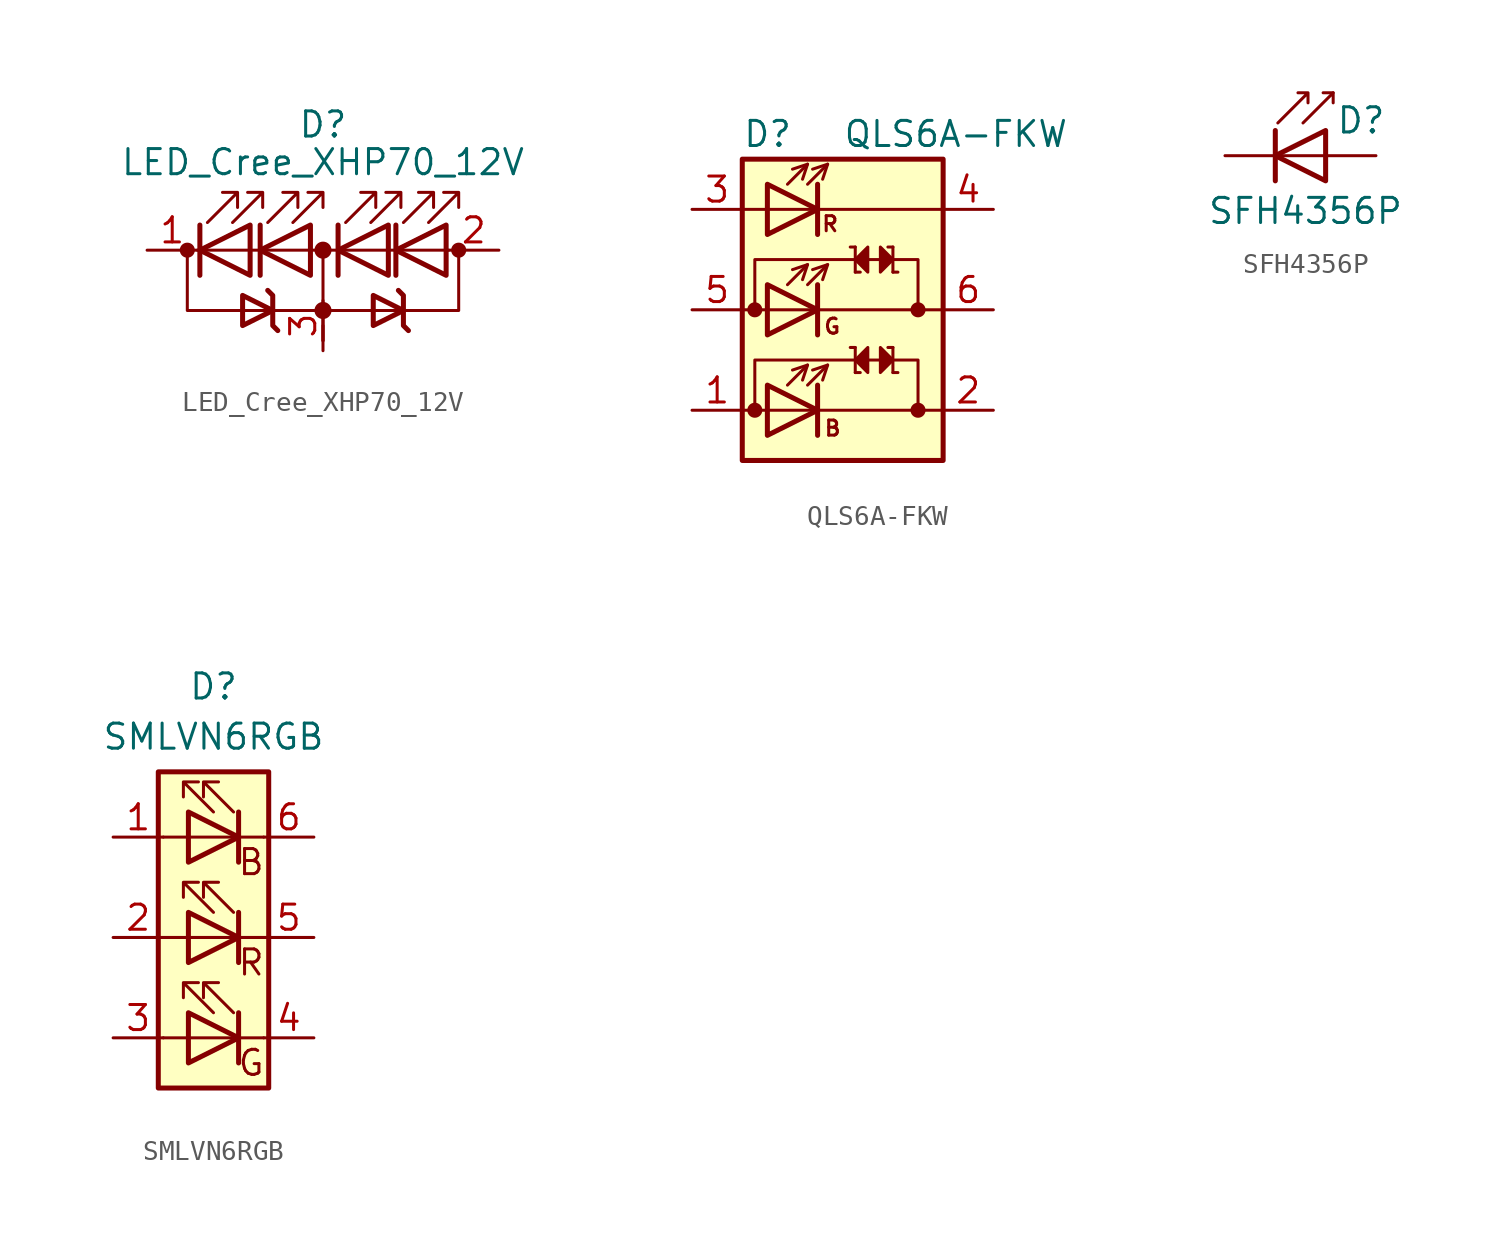
<source format=kicad_sym>
(kicad_symbol_lib
  (version 20201005)
  (generator kicad_symbol_editor)
  (symbol "LED_Cree_XHP70_12V"
    (pin_names
      (offset 1.016) hide)
    (property "Reference" "D"
      (at 0 6.35 0)
      (effects (font (size 1.27 1.27))))
    (property "Value" "LED_Cree_XHP70_12V"
      (at 0 4.445 0)
      (effects (font (size 1.27 1.27))))
    (symbol "LED_Cree_XHP70_12V_0_1"
      (circle (center -6.858 0) (radius 0.254) (stroke (width 0.254)) (fill (type outline)))
      (circle (center 0 -3.048) (radius 0.356) (stroke (width 0)) (fill (type outline)))
      (circle (center 0 0) (radius 0.356) (stroke (width 0)) (fill (type outline)))
      (circle (center 6.858 0) (radius 0.254) (stroke (width 0.254)) (fill (type outline)))
      (polyline (pts (xy -6.35 0) (xy 6.35 0)) (stroke (width 0)) (fill (type none)))
      (polyline (pts (xy -6.223 -1.27) (xy -6.223 1.27)) (stroke (width 0.254)) (fill (type none)))
      (polyline (pts (xy -3.175 -1.27) (xy -3.175 1.27)) (stroke (width 0.254)) (fill (type none)))
      (polyline (pts (xy 0 -3.81) (xy 0 -4.572)) (stroke (width 0)) (fill (type none)))
      (polyline (pts (xy 0 0) (xy 0 -4.572)) (stroke (width 0)) (fill (type none)))
      (polyline (pts (xy 0.762 -1.27) (xy 0.762 1.27)) (stroke (width 0.254)) (fill (type none)))
      (polyline (pts (xy 3.683 -1.27) (xy 3.683 1.27)) (stroke (width 0.254)) (fill (type none)))
      (polyline (pts (xy -6.858 0) (xy -6.858 -3.048) (xy 6.858 -3.048) (xy 6.858 0)) (stroke (width 0)) (fill (type none)))
      (polyline (pts (xy -3.683 -1.27) (xy -3.683 1.27) (xy -6.223 0) (xy -3.683 -1.27)) (stroke (width 0.254)) (fill (type none)))
      (polyline (pts (xy -2.286 -4.064) (xy -2.54 -3.81) (xy -2.54 -2.286) (xy -2.794 -2.032)) (stroke (width 0.254)) (fill (type none)))
      (polyline (pts (xy -0.635 -1.27) (xy -0.635 1.27) (xy -3.175 0) (xy -0.635 -1.27)) (stroke (width 0.254)) (fill (type none)))
      (polyline (pts (xy 3.302 -1.27) (xy 3.302 1.27) (xy 0.762 0) (xy 3.302 -1.27)) (stroke (width 0.254)) (fill (type none)))
      (polyline (pts (xy 4.318 -4.064) (xy 4.064 -3.81) (xy 4.064 -2.286) (xy 3.81 -2.032)) (stroke (width 0.254)) (fill (type none)))
      (polyline (pts (xy 6.223 -1.27) (xy 6.223 1.27) (xy 3.683 0) (xy 6.223 -1.27)) (stroke (width 0.254)) (fill (type none)))
      (polyline (pts (xy -5.842 1.397) (xy -4.318 2.921) (xy -5.08 2.921) (xy -4.318 2.921) (xy -4.318 2.159)) (stroke (width 0)) (fill (type none)))
      (polyline (pts (xy -4.572 1.397) (xy -3.048 2.921) (xy -3.81 2.921) (xy -3.048 2.921) (xy -3.048 2.159)) (stroke (width 0)) (fill (type none)))
      (polyline (pts (xy -4.064 -3.81) (xy -4.064 -2.286) (xy -2.54 -3.048) (xy -4.064 -3.81) (xy -4.064 -3.556)) (stroke (width 0.254)) (fill (type none)))
      (polyline (pts (xy -2.794 1.397) (xy -1.27 2.921) (xy -2.032 2.921) (xy -1.27 2.921) (xy -1.27 2.159)) (stroke (width 0)) (fill (type none)))
      (polyline (pts (xy -1.524 1.397) (xy 0 2.921) (xy -0.762 2.921) (xy 0 2.921) (xy 0 2.159)) (stroke (width 0)) (fill (type none)))
      (polyline (pts (xy 1.143 1.397) (xy 2.667 2.921) (xy 1.905 2.921) (xy 2.667 2.921) (xy 2.667 2.159)) (stroke (width 0)) (fill (type none)))
      (polyline (pts (xy 2.413 1.397) (xy 3.937 2.921) (xy 3.175 2.921) (xy 3.937 2.921) (xy 3.937 2.159)) (stroke (width 0)) (fill (type none)))
      (polyline (pts (xy 2.54 -3.81) (xy 2.54 -2.286) (xy 4.064 -3.048) (xy 2.54 -3.81) (xy 2.54 -3.556)) (stroke (width 0.254)) (fill (type none)))
      (polyline (pts (xy 4.064 1.397) (xy 5.588 2.921) (xy 4.826 2.921) (xy 5.588 2.921) (xy 5.588 2.159)) (stroke (width 0)) (fill (type none)))
      (polyline (pts (xy 5.334 1.397) (xy 6.858 2.921) (xy 6.096 2.921) (xy 6.858 2.921) (xy 6.858 2.159)) (stroke (width 0)) (fill (type none))))
    (symbol "LED_Cree_XHP70_12V_1_1"
      (pin passive line (at -8.89 0 0) (length 2.54) (name "K" (effects (font (size 1.27 1.27)))) (number "1" (effects (font (size 1.27 1.27)))))
      (pin passive line (at 8.89 0 180) (length 2.54) (name "A" (effects (font (size 1.27 1.27)))) (number "2" (effects (font (size 1.27 1.27)))))
      (pin passive line (at 0 -5.08 90) (length 2.54) (name "PAD" (effects (font (size 1.27 1.27)))) (number "3" (effects (font (size 1.27 1.27)))))))
  (symbol "QLS6A-FKW"
    (pin_names hide)
    (property "Reference" "D"
      (at -5.08 8.89 0)
      (effects (font (size 1.27 1.27)) (justify left)))
    (property "Value" "QLS6A-FKW"
      (at 0 8.89 0)
      (effects (font (size 1.27 1.27)) (justify left)))
    (symbol "QLS6A-FKW_0_0"
      (text "B" (at -0.508 -5.994 0) (effects (font (size 0.762 0.762))))
      (text "G" (at -0.533 -0.838 0) (effects (font (size 0.762 0.762))))
      (text "R" (at -0.635 4.343 0) (effects (font (size 0.762 0.762)))))
    (symbol "QLS6A-FKW_0_1"
      (rectangle (start -5.08 7.62) (end 5.08 -7.62) (stroke (width 0.254)) (fill (type background)))
      (polyline (pts (xy -5.08 -5.08) (xy 5.08 -5.08)) (stroke (width 0)) (fill (type none)))
      (polyline (pts (xy -5.08 0) (xy 5.08 0)) (stroke (width 0)) (fill (type none)))
      (polyline (pts (xy -1.27 -3.81) (xy -1.27 -6.35)) (stroke (width 0.254)) (fill (type none)))
      (polyline (pts (xy -1.27 1.27) (xy -1.27 -1.27)) (stroke (width 0.254)) (fill (type none)))
      (polyline (pts (xy -1.27 6.35) (xy -1.27 3.81)) (stroke (width 0.254)) (fill (type none)))
      (polyline (pts (xy 0.635 -1.905) (xy 0.381 -1.905)) (stroke (width 0)) (fill (type none)))
      (polyline (pts (xy 0.635 -1.905) (xy 0.635 -3.175)) (stroke (width 0)) (fill (type none)))
      (polyline (pts (xy 0.635 1.905) (xy 0.889 1.905)) (stroke (width 0)) (fill (type none)))
      (polyline (pts (xy 0.635 3.175) (xy 0.381 3.175)) (stroke (width 0)) (fill (type none)))
      (polyline (pts (xy 0.635 3.175) (xy 0.635 1.905)) (stroke (width 0)) (fill (type none)))
      (polyline (pts (xy 0.889 -3.175) (xy 0.635 -3.175)) (stroke (width 0)) (fill (type none)))
      (polyline (pts (xy 2.54 -3.175) (xy 2.794 -3.175)) (stroke (width 0)) (fill (type none)))
      (polyline (pts (xy 2.54 -1.905) (xy 2.286 -1.905)) (stroke (width 0)) (fill (type none)))
      (polyline (pts (xy 2.54 -1.905) (xy 2.54 -3.175)) (stroke (width 0)) (fill (type none)))
      (polyline (pts (xy 2.54 1.905) (xy 2.54 3.175)) (stroke (width 0)) (fill (type none)))
      (polyline (pts (xy 2.54 1.905) (xy 2.794 1.905)) (stroke (width 0)) (fill (type none)))
      (polyline (pts (xy 2.54 3.175) (xy 2.286 3.175)) (stroke (width 0)) (fill (type none)))
      (polyline (pts (xy -4.445 0) (xy -4.445 2.54) (xy 3.81 2.54) (xy 3.81 0)) (stroke (width 0)) (fill (type none)))
      (polyline (pts (xy -3.81 -3.81) (xy -3.81 -6.35) (xy -1.27 -5.08) (xy -3.81 -3.81)) (stroke (width 0.254)) (fill (type none)))
      (polyline (pts (xy -3.81 1.27) (xy -3.81 -1.27) (xy -1.27 0) (xy -3.81 1.27)) (stroke (width 0.254)) (fill (type none)))
      (polyline (pts (xy -3.81 6.35) (xy -1.27 5.08) (xy -3.81 3.81) (xy -3.81 6.35)) (stroke (width 0.254)) (fill (type none)))
      (polyline (pts (xy 3.81 -5.08) (xy 3.81 -2.54) (xy -4.445 -2.54) (xy -4.445 -5.08)) (stroke (width 0)) (fill (type none)))
      (polyline (pts (xy 0.635 -2.54) (xy 1.27 -3.175) (xy 1.27 -1.905) (xy 0.635 -2.54)) (stroke (width 0)) (fill (type outline)))
      (polyline (pts (xy 1.27 3.175) (xy 1.27 1.905) (xy 0.635 2.54) (xy 1.27 3.175)) (stroke (width 0)) (fill (type outline)))
      (polyline (pts (xy 1.905 -1.905) (xy 1.905 -3.175) (xy 2.54 -2.54) (xy 1.905 -1.905)) (stroke (width 0)) (fill (type outline)))
      (polyline (pts (xy 1.905 3.175) (xy 1.905 1.905) (xy 2.54 2.54) (xy 1.905 3.175)) (stroke (width 0)) (fill (type outline))))
    (symbol "QLS6A-FKW_1_1"
      (circle (center -4.445 -5.08) (radius 0.254) (stroke (width 0.254)) (fill (type outline)))
      (circle (center -4.445 0) (radius 0.254) (stroke (width 0.254)) (fill (type outline)))
      (circle (center 3.81 -5.08) (radius 0.254) (stroke (width 0.254)) (fill (type outline)))
      (circle (center 3.81 0) (radius 0.254) (stroke (width 0.254)) (fill (type outline)))
      (polyline (pts (xy -5.08 5.08) (xy 5.08 5.08)) (stroke (width 0)) (fill (type none)))
      (polyline (pts (xy -2.794 -3.81) (xy -1.778 -2.794)) (stroke (width 0)) (fill (type none)))
      (polyline (pts (xy -2.794 1.27) (xy -1.778 2.286)) (stroke (width 0)) (fill (type none)))
      (polyline (pts (xy -2.794 6.35) (xy -1.778 7.366)) (stroke (width 0)) (fill (type none)))
      (polyline (pts (xy -1.778 -3.81) (xy -0.762 -2.794)) (stroke (width 0)) (fill (type none)))
      (polyline (pts (xy -1.778 1.27) (xy -0.762 2.286)) (stroke (width 0)) (fill (type none)))
      (polyline (pts (xy -1.778 6.35) (xy -0.762 7.366)) (stroke (width 0)) (fill (type none)))
      (polyline (pts (xy -2.54 -3.048) (xy -1.778 -2.794) (xy -2.032 -3.556)) (stroke (width 0)) (fill (type none)))
      (polyline (pts (xy -2.54 2.032) (xy -1.778 2.286) (xy -2.032 1.524)) (stroke (width 0)) (fill (type none)))
      (polyline (pts (xy -2.54 7.112) (xy -1.778 7.366) (xy -2.032 6.604)) (stroke (width 0)) (fill (type none)))
      (polyline (pts (xy -1.524 -3.048) (xy -0.762 -2.794) (xy -1.016 -3.556)) (stroke (width 0)) (fill (type none)))
      (polyline (pts (xy -1.524 2.032) (xy -0.762 2.286) (xy -1.016 1.524)) (stroke (width 0)) (fill (type none)))
      (polyline (pts (xy -1.524 7.112) (xy -0.762 7.366) (xy -1.016 6.604)) (stroke (width 0)) (fill (type none)))
      (pin passive line (at -7.62 -5.08 0) (length 2.54) (name "AB" (effects (font (size 1.27 1.27)))) (number "1" (effects (font (size 1.27 1.27)))))
      (pin passive line (at 7.62 -5.08 180) (length 2.54) (name "KB" (effects (font (size 1.27 1.27)))) (number "2" (effects (font (size 1.27 1.27)))))
      (pin passive line (at -7.62 5.08 0) (length 2.54) (name "AR" (effects (font (size 1.27 1.27)))) (number "3" (effects (font (size 1.27 1.27)))))
      (pin passive line (at 7.62 5.08 180) (length 2.54) (name "KR" (effects (font (size 1.27 1.27)))) (number "4" (effects (font (size 1.27 1.27)))))
      (pin passive line (at -7.62 0 0) (length 2.54) (name "AG" (effects (font (size 1.27 1.27)))) (number "5" (effects (font (size 1.27 1.27)))))
      (pin passive line (at 7.62 0 180) (length 2.54) (name "KR" (effects (font (size 1.27 1.27)))) (number "6" (effects (font (size 1.27 1.27)))))))
  (symbol "SFH4356P"
    (pin_numbers hide)
    (pin_names
      (offset 1.016) hide)
    (property "Reference" "D"
      (at 0.508 1.778 0)
      (effects (font (size 1.27 1.27)) (justify left)))
    (property "Value" "SFH4356P"
      (at -1.016 -2.794 0)
      (effects (font (size 1.27 1.27))))
    (symbol "SFH4356P_0_1"
      (polyline (pts (xy -2.54 1.27) (xy -2.54 -1.27)) (stroke (width 0.254)) (fill (type none)))
      (polyline (pts (xy 0 0) (xy -2.54 0)) (stroke (width 0)) (fill (type none)))
      (polyline (pts (xy 0.381 3.175) (xy -0.127 3.175)) (stroke (width 0)) (fill (type none)))
      (polyline (pts (xy -1.143 1.651) (xy 0.381 3.175) (xy 0.381 2.667)) (stroke (width 0)) (fill (type none)))
      (polyline (pts (xy 0 1.27) (xy -2.54 0) (xy 0 -1.27) (xy 0 1.27)) (stroke (width 0.254)) (fill (type none)))
      (polyline (pts (xy -2.413 1.651) (xy -0.889 3.175) (xy -0.889 2.667) (xy -0.889 3.175) (xy -1.397 3.175)) (stroke (width 0)) (fill (type none))))
    (symbol "SFH4356P_1_1"
      (pin passive line (at -5.08 0 0) (length 2.54) (name "K" (effects (font (size 1.27 1.27)))) (number "1" (effects (font (size 1.27 1.27)))))
      (pin passive line (at 2.54 0 180) (length 2.54) (name "A" (effects (font (size 1.27 1.27)))) (number "2" (effects (font (size 1.27 1.27)))))))
  (symbol "SMLVN6RGB"
    (pin_names
      (offset 0) hide)
    (property "Reference" "D"
      (at 0 12.7 0)
      (effects (font (size 1.27 1.27))))
    (property "Value" "SMLVN6RGB"
      (at 0 10.16 0)
      (effects (font (size 1.27 1.27))))
    (symbol "SMLVN6RGB_0_0"
      (text "B" (at 1.905 3.81 0) (effects (font (size 1.27 1.27))))
      (text "G" (at 1.905 -6.35 0) (effects (font (size 1.27 1.27))))
      (text "R" (at 1.905 -1.27 0) (effects (font (size 1.27 1.27)))))
    (symbol "SMLVN6RGB_0_1"
      (rectangle (start -1.27 -1.27) (end -1.27 1.27) (stroke (width 0)) (fill (type none)))
      (rectangle (start -1.27 1.27) (end -1.27 1.27) (stroke (width 0)) (fill (type none)))
      (rectangle (start -1.27 3.81) (end -1.27 6.35) (stroke (width 0)) (fill (type none)))
      (rectangle (start -1.27 6.35) (end -1.27 6.35) (stroke (width 0)) (fill (type none)))
      (rectangle (start -2.794 8.382) (end 2.794 -7.62) (stroke (width 0.254)) (fill (type background)))
      (polyline (pts (xy -1.27 -5.08) (xy -2.54 -5.08)) (stroke (width 0)) (fill (type none)))
      (polyline (pts (xy -1.27 0) (xy -2.54 0)) (stroke (width 0)) (fill (type none)))
      (polyline (pts (xy -1.27 0) (xy 1.27 0)) (stroke (width 0)) (fill (type none)))
      (polyline (pts (xy -1.27 5.08) (xy -2.54 5.08)) (stroke (width 0)) (fill (type none)))
      (polyline (pts (xy 1.27 -5.08) (xy -1.27 -5.08)) (stroke (width 0)) (fill (type none)))
      (polyline (pts (xy 1.27 -5.08) (xy 2.54 -5.08)) (stroke (width 0)) (fill (type none)))
      (polyline (pts (xy 1.27 -3.81) (xy 1.27 -6.35)) (stroke (width 0.254)) (fill (type none)))
      (polyline (pts (xy 1.27 0) (xy 2.54 0)) (stroke (width 0)) (fill (type none)))
      (polyline (pts (xy 1.27 1.27) (xy 1.27 -1.27)) (stroke (width 0.254)) (fill (type none)))
      (polyline (pts (xy 1.27 5.08) (xy -1.27 5.08)) (stroke (width 0)) (fill (type none)))
      (polyline (pts (xy 1.27 5.08) (xy 2.54 5.08)) (stroke (width 0)) (fill (type none)))
      (polyline (pts (xy 1.27 6.35) (xy 1.27 3.81)) (stroke (width 0.254)) (fill (type none)))
      (polyline (pts (xy 1.27 1.27) (xy 1.27 -1.27) (xy 1.27 -1.27)) (stroke (width 0)) (fill (type none)))
      (polyline (pts (xy 1.27 6.35) (xy 1.27 3.81) (xy 1.27 3.81)) (stroke (width 0)) (fill (type none)))
      (polyline (pts (xy -1.27 -3.81) (xy -1.27 -6.35) (xy 1.27 -5.08) (xy -1.27 -3.81)) (stroke (width 0.254)) (fill (type none)))
      (polyline (pts (xy -1.27 1.27) (xy -1.27 -1.27) (xy 1.27 0) (xy -1.27 1.27)) (stroke (width 0.254)) (fill (type none)))
      (polyline (pts (xy -1.27 6.35) (xy -1.27 3.81) (xy 1.27 5.08) (xy -1.27 6.35)) (stroke (width 0.254)) (fill (type none)))
      (polyline (pts (xy 0 -3.81) (xy -1.524 -2.286) (xy -0.762 -2.286) (xy -1.524 -2.286) (xy -1.524 -3.048)) (stroke (width 0)) (fill (type none)))
      (polyline (pts (xy 0 1.27) (xy -1.524 2.794) (xy -0.762 2.794) (xy -1.524 2.794) (xy -1.524 2.032)) (stroke (width 0)) (fill (type none)))
      (polyline (pts (xy 0 6.35) (xy -1.524 7.874) (xy -0.762 7.874) (xy -1.524 7.874) (xy -1.524 7.112)) (stroke (width 0)) (fill (type none)))
      (polyline (pts (xy 1.016 -3.81) (xy -0.508 -2.286) (xy 0.254 -2.286) (xy -0.508 -2.286) (xy -0.508 -3.048)) (stroke (width 0)) (fill (type none)))
      (polyline (pts (xy 1.016 1.27) (xy -0.508 2.794) (xy 0.254 2.794) (xy -0.508 2.794) (xy -0.508 2.032)) (stroke (width 0)) (fill (type none)))
      (polyline (pts (xy 1.016 6.35) (xy -0.508 7.874) (xy 0.254 7.874) (xy -0.508 7.874) (xy -0.508 7.112)) (stroke (width 0)) (fill (type none))))
    (symbol "SMLVN6RGB_1_1"
      (pin passive line (at -5.08 5.08 0) (length 2.54) (name "BA" (effects (font (size 1.27 1.27)))) (number "1" (effects (font (size 1.27 1.27)))))
      (pin passive line (at -5.08 0 0) (length 2.54) (name "RA" (effects (font (size 1.27 1.27)))) (number "2" (effects (font (size 1.27 1.27)))))
      (pin passive line (at -5.08 -5.08 0) (length 2.54) (name "GA" (effects (font (size 1.27 1.27)))) (number "3" (effects (font (size 1.27 1.27)))))
      (pin passive line (at 5.08 -5.08 180) (length 2.54) (name "GK" (effects (font (size 1.27 1.27)))) (number "4" (effects (font (size 1.27 1.27)))))
      (pin passive line (at 5.08 0 180) (length 2.54) (name "RK" (effects (font (size 1.27 1.27)))) (number "5" (effects (font (size 1.27 1.27)))))
      (pin passive line (at 5.08 5.08 180) (length 2.54) (name "BK" (effects (font (size 1.27 1.27)))) (number "6" (effects (font (size 1.27 1.27))))))))
</source>
